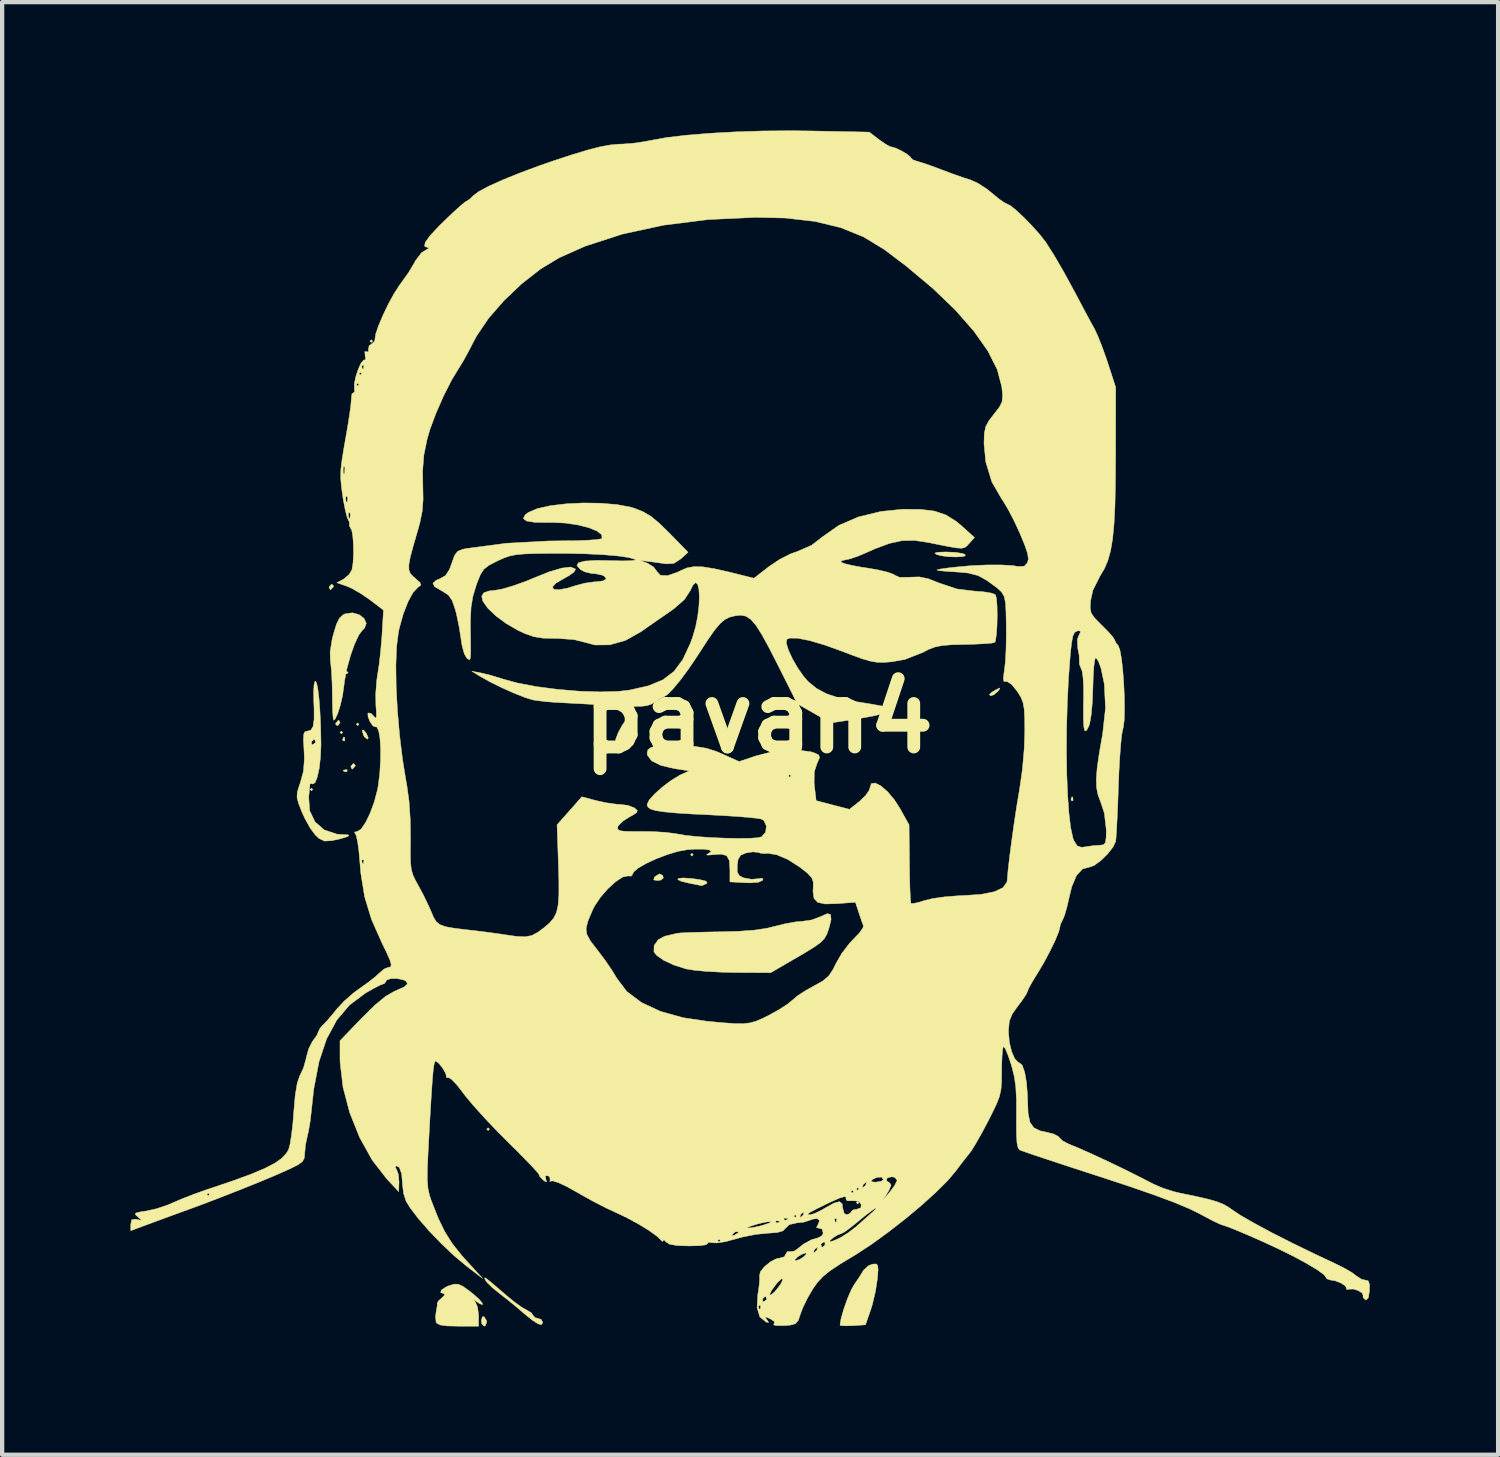
<source format=kicad_pcb>
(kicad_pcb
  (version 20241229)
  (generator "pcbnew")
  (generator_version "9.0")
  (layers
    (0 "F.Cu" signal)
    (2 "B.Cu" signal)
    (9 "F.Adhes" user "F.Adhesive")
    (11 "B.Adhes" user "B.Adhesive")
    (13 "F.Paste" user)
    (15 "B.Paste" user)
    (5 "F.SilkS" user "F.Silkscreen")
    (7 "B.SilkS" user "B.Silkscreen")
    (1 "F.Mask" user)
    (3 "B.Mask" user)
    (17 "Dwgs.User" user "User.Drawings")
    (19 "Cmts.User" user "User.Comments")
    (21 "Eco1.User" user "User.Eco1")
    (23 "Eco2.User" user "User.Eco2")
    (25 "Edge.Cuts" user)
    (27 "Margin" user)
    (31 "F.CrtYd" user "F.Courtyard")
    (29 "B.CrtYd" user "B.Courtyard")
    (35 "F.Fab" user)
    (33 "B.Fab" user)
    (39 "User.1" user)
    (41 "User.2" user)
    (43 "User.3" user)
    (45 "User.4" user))
  (footprint "pavan4"
    (layer "F.Cu")
    (at 14.674 13.716)
    (property "Reference" "pavan4" (at 0 0 0) (layer "F.SilkS") (effects (font (size 1.524 1.524) (thickness 0.3))))
    (attr through_hole)
    (fp_poly (pts (xy -10.414 1.683) (xy -10.446 1.714) (xy -10.477 1.683) (xy -10.446 1.651) (xy -10.414 1.683)) (stroke (width 0.01) (type solid)) (fill yes) (layer "F.SilkS"))
    (fp_poly (pts (xy -9.716 0.349) (xy -9.747 0.381) (xy -9.779 0.349) (xy -9.747 0.318) (xy -9.716 0.349)) (stroke (width 0.01) (type solid)) (fill yes) (layer "F.SilkS"))
    (fp_poly (pts (xy -9.588 -1.048) (xy -9.62 -1.016) (xy -9.652 -1.048) (xy -9.62 -1.079) (xy -9.588 -1.048)) (stroke (width 0.01) (type solid)) (fill yes) (layer "F.SilkS"))
    (fp_poly (pts (xy -9.335 0.159) (xy -9.366 0.191) (xy -9.398 0.159) (xy -9.366 0.127) (xy -9.335 0.159)) (stroke (width 0.01) (type solid)) (fill yes) (layer "F.SilkS"))
    (fp_poly (pts (xy -9.017 -8.795) (xy -9.049 -8.763) (xy -9.081 -8.795) (xy -9.049 -8.826) (xy -9.017 -8.795)) (stroke (width 0.01) (type solid)) (fill yes) (layer "F.SilkS"))
    (fp_poly (pts (xy -6.287 9.62) (xy -6.318 9.652) (xy -6.35 9.62) (xy -6.318 9.588) (xy -6.287 9.62)) (stroke (width 0.01) (type solid)) (fill yes) (layer "F.SilkS"))
    (fp_poly (pts (xy -1.524 3.207) (xy -1.556 3.239) (xy -1.587 3.207) (xy -1.556 3.175) (xy -1.524 3.207)) (stroke (width 0.01) (type solid)) (fill yes) (layer "F.SilkS"))
    (fp_poly (pts (xy 2.349 11.335) (xy 2.318 11.367) (xy 2.286 11.335) (xy 2.318 11.303) (xy 2.349 11.335)) (stroke (width 0.01) (type solid)) (fill yes) (layer "F.SilkS"))
    (fp_poly (pts (xy -9.673 0.466) (xy -9.666 0.541) (xy -9.673 0.55) (xy -9.711 0.542) (xy -9.716 0.508) (xy -9.692 0.456) (xy -9.673 0.466)) (stroke (width 0.01) (type solid)) (fill yes) (layer "F.SilkS"))
    (fp_poly (pts (xy -9.61 1.228) (xy -9.618 1.265) (xy -9.652 1.27) (xy -9.704 1.247) (xy -9.694 1.228) (xy -9.619 1.22) (xy -9.61 1.228)) (stroke (width 0.01) (type solid)) (fill yes) (layer "F.SilkS"))
    (fp_poly (pts (xy 7.345 1.863) (xy 7.352 1.938) (xy 7.345 1.947) (xy 7.307 1.939) (xy 7.303 1.905) (xy 7.326 1.853) (xy 7.345 1.863)) (stroke (width 0.01) (type solid)) (fill yes) (layer "F.SilkS"))
    (fp_poly (pts (xy -9.157 0.384) (xy -9.118 0.478) (xy -9.137 0.508) (xy -9.205 0.457) (xy -9.234 0.404) (xy -9.26 0.297) (xy -9.225 0.295) (xy -9.157 0.384)) (stroke (width 0.01) (type solid)) (fill yes) (layer "F.SilkS"))
    (fp_poly (pts (xy -9.928 -3.073) (xy -9.938 -3.048) (xy -9.995 -2.987) (xy -10.005 -2.985) (xy -10.032 -3.034) (xy -10.033 -3.048) (xy -9.984 -3.109) (xy -9.966 -3.111) (xy -9.928 -3.073)) (stroke (width 0.01) (type solid)) (fill yes) (layer "F.SilkS"))
    (fp_poly (pts (xy -9.78 0.113) (xy -9.779 0.127) (xy -9.828 0.188) (xy -9.846 0.191) (xy -9.884 0.152) (xy -9.874 0.127) (xy -9.817 0.066) (xy -9.807 0.064) (xy -9.78 0.113)) (stroke (width 0.01) (type solid)) (fill yes) (layer "F.SilkS"))
    (fp_poly (pts (xy -9.42 1.118) (xy -9.43 1.143) (xy -9.487 1.204) (xy -9.497 1.206) (xy -9.524 1.157) (xy -9.525 1.143) (xy -9.476 1.082) (xy -9.458 1.079) (xy -9.42 1.118)) (stroke (width 0.01) (type solid)) (fill yes) (layer "F.SilkS"))
    (fp_poly (pts (xy -6.355 14.094) (xy -6.35 14.132) (xy -6.386 14.215) (xy -6.413 14.224) (xy -6.465 14.171) (xy -6.477 14.093) (xy -6.453 14.005) (xy -6.413 14.002) (xy -6.355 14.094)) (stroke (width 0.01) (type solid)) (fill yes) (layer "F.SilkS"))
    (fp_poly (pts (xy -2.239 3.689) (xy -2.223 3.75) (xy -2.276 3.798) (xy -2.357 3.81) (xy -2.449 3.796) (xy -2.431 3.737) (xy -2.414 3.715) (xy -2.316 3.655) (xy -2.239 3.689)) (stroke (width 0.01) (type solid)) (fill yes) (layer "F.SilkS"))
    (fp_poly (pts (xy 5.637 -0.666) (xy 5.596 -0.614) (xy 5.501 -0.531) (xy 5.421 -0.506) (xy 5.397 -0.538) (xy 5.447 -0.586) (xy 5.54 -0.643) (xy 5.637 -0.69) (xy 5.637 -0.666)) (stroke (width 0.01) (type solid)) (fill yes) (layer "F.SilkS"))
    (fp_poly (pts (xy 4.595 -3.859) (xy 4.764 -3.833) (xy 4.826 -3.81) (xy 4.831 -3.776) (xy 4.744 -3.757) (xy 4.598 -3.751) (xy 4.427 -3.758) (xy 4.266 -3.78) (xy 4.159 -3.81) (xy 4.12 -3.842) (xy 4.19 -3.861) (xy 4.378 -3.868) (xy 4.381 -3.868) (xy 4.595 -3.859)) (stroke (width 0.01) (type solid)) (fill yes) (layer "F.SilkS"))
    (fp_poly (pts (xy -1.567 3.762) (xy -1.376 3.788) (xy -1.226 3.825) (xy -1.2 3.867) (xy -1.217 3.882) (xy -1.31 3.926) (xy -1.333 3.929) (xy -1.411 3.914) (xy -1.562 3.884) (xy -1.604 3.876) (xy -1.803 3.828) (xy -1.887 3.788) (xy -1.868 3.761) (xy -1.757 3.75) (xy -1.567 3.762)) (stroke (width 0.01) (type solid)) (fill yes) (layer "F.SilkS"))
    (fp_poly (pts (xy -2.91 0.031) (xy -2.886 0.183) (xy -2.894 0.363) (xy -2.932 0.522) (xy -2.97 0.587) (xy -3.103 0.679) (xy -3.24 0.69) (xy -3.336 0.619) (xy -3.342 0.604) (xy -3.334 0.501) (xy -3.274 0.347) (xy -3.183 0.18) (xy -3.083 0.038) (xy -2.997 -0.042) (xy -2.966 -0.047) (xy -2.91 0.031)) (stroke (width 0.01) (type solid)) (fill yes) (layer "F.SilkS"))
    (fp_poly (pts (xy 2.787 12.804) (xy 2.795 12.907) (xy 2.78 13.107) (xy 2.778 13.123) (xy 2.734 13.41) (xy 2.662 13.715) (xy 2.622 13.843) (xy 2.501 14.192) (xy 2.203 14.212) (xy 2.028 14.217) (xy 1.921 14.208) (xy 1.905 14.199) (xy 1.93 14.045) (xy 1.993 13.825) (xy 2.078 13.586) (xy 2.168 13.375) (xy 2.235 13.256) (xy 2.35 13.087) (xy 2.441 12.94) (xy 2.451 12.922) (xy 2.568 12.811) (xy 2.667 12.774) (xy 2.748 12.769) (xy 2.787 12.804)) (stroke (width 0.01) (type solid)) (fill yes) (layer "F.SilkS"))
    (fp_poly (pts (xy -6.356 13.113) (xy -6.268 13.183) (xy -6.115 13.313) (xy -5.88 13.515) (xy -5.874 13.52) (xy -5.686 13.672) (xy -5.516 13.792) (xy -5.413 13.848) (xy -5.303 13.915) (xy -5.271 13.968) (xy -5.219 14.027) (xy -5.179 14.034) (xy -5.077 14.067) (xy -5.04 14.139) (xy -5.075 14.189) (xy -5.15 14.17) (xy -5.287 14.082) (xy -5.444 13.956) (xy -5.669 13.764) (xy -5.913 13.566) (xy -6.048 13.462) (xy -6.216 13.326) (xy -6.339 13.206) (xy -6.382 13.148) (xy -6.398 13.106) (xy -6.395 13.091) (xy -6.356 13.113)) (stroke (width 0.01) (type solid)) (fill yes) (layer "F.SilkS"))
    (fp_poly (pts (xy -9.332 -2.403) (xy -9.216 -2.314) (xy -9.165 -2.201) (xy -9.204 -2.088) (xy -9.243 -2.053) (xy -9.336 -1.933) (xy -9.437 -1.719) (xy -9.534 -1.446) (xy -9.617 -1.144) (xy -9.674 -0.846) (xy -9.687 -0.736) (xy -9.72 -0.507) (xy -9.773 -0.279) (xy -9.834 -0.087) (xy -9.893 0.036) (xy -9.928 0.064) (xy -9.94 0.005) (xy -9.951 -0.153) (xy -9.957 -0.382) (xy -9.958 -0.524) (xy -9.964 -0.811) (xy -9.977 -1.074) (xy -9.996 -1.268) (xy -10.004 -1.317) (xy -10.01 -1.532) (xy -9.963 -1.825) (xy -9.934 -1.942) (xy -9.861 -2.181) (xy -9.79 -2.324) (xy -9.704 -2.402) (xy -9.659 -2.422) (xy -9.488 -2.446) (xy -9.332 -2.403)) (stroke (width 0.01) (type solid)) (fill yes) (layer "F.SilkS"))
    (fp_poly (pts (xy -7.014 13.243) (xy -6.907 13.293) (xy -6.753 13.404) (xy -6.652 13.484) (xy -6.525 13.599) (xy -6.455 13.684) (xy -6.451 13.723) (xy -6.52 13.695) (xy -6.587 13.649) (xy -6.661 13.596) (xy -6.645 13.623) (xy -6.62 13.652) (xy -6.567 13.772) (xy -6.541 13.951) (xy -6.54 13.983) (xy -6.54 14.224) (xy -7.019 14.224) (xy -7.281 14.218) (xy -7.44 14.195) (xy -7.519 14.153) (xy -7.534 14.129) (xy -7.547 13.995) (xy -7.53 13.875) (xy -7.506 13.745) (xy -7.508 13.687) (xy -7.477 13.632) (xy -7.398 13.562) (xy -7.33 13.491) (xy -7.35 13.464) (xy -7.428 13.437) (xy -7.406 13.376) (xy -7.299 13.306) (xy -7.232 13.278) (xy -7.111 13.242) (xy -7.014 13.243)) (stroke (width 0.01) (type solid)) (fill yes) (layer "F.SilkS"))
    (fp_poly (pts (xy 1.687 4.607) (xy 1.696 4.727) (xy 1.645 4.931) (xy 1.599 5.062) (xy 1.541 5.165) (xy 1.45 5.259) (xy 1.302 5.365) (xy 1.078 5.503) (xy 0.92 5.595) (xy 0.286 5.964) (xy -0.54 5.96) (xy -0.886 5.951) (xy -1.218 5.933) (xy -1.498 5.907) (xy -1.69 5.876) (xy -1.69 5.876) (xy -1.974 5.786) (xy -2.215 5.674) (xy -2.384 5.555) (xy -2.443 5.476) (xy -2.439 5.329) (xy -2.342 5.193) (xy -2.181 5.108) (xy -2.173 5.107) (xy -2.008 5.069) (xy -1.905 5.044) (xy -1.809 5.034) (xy -1.613 5.025) (xy -1.341 5.017) (xy -1.021 5.01) (xy -0.921 5.009) (xy -0.461 4.996) (xy -0.1 4.97) (xy 0.191 4.926) (xy 0.381 4.88) (xy 0.634 4.818) (xy 0.876 4.775) (xy 1.027 4.763) (xy 1.245 4.731) (xy 1.448 4.654) (xy 1.451 4.653) (xy 1.607 4.584) (xy 1.687 4.607)) (stroke (width 0.01) (type solid)) (fill yes) (layer "F.SilkS"))
    (fp_poly (pts (xy -10.328 -0.811) (xy -10.297 -0.665) (xy -10.269 -0.433) (xy -10.247 -0.136) (xy -10.231 0.205) (xy -10.224 0.569) (xy -10.223 0.637) (xy -10.235 0.929) (xy -10.265 1.189) (xy -10.31 1.395) (xy -10.363 1.525) (xy -10.42 1.556) (xy -10.434 1.546) (xy -10.478 1.546) (xy -10.481 1.561) (xy -10.49 1.658) (xy -10.506 1.823) (xy -10.51 1.857) (xy -10.488 2.177) (xy -10.362 2.44) (xy -10.146 2.628) (xy -9.856 2.725) (xy -9.737 2.735) (xy -9.595 2.742) (xy -9.569 2.763) (xy -9.62 2.789) (xy -9.771 2.835) (xy -9.962 2.877) (xy -9.97 2.878) (xy -10.14 2.888) (xy -10.268 2.828) (xy -10.356 2.745) (xy -10.472 2.589) (xy -10.595 2.37) (xy -10.67 2.206) (xy -10.75 2.001) (xy -10.784 1.863) (xy -10.775 1.739) (xy -10.726 1.579) (xy -10.704 1.518) (xy -10.632 1.25) (xy -10.611 0.962) (xy -10.62 0.757) (xy -10.63 0.572) (xy -10.446 0.572) (xy -10.441 0.63) (xy -10.418 0.635) (xy -10.353 0.589) (xy -10.351 0.572) (xy -10.372 0.51) (xy -10.379 0.508) (xy -10.433 0.552) (xy -10.446 0.572) (xy -10.63 0.572) (xy -10.633 0.525) (xy -10.627 0.392) (xy -10.598 0.332) (xy -10.54 0.318) (xy -10.54 0.318) (xy -10.458 0.293) (xy -10.407 0.207) (xy -10.384 0.041) (xy -10.385 -0.224) (xy -10.391 -0.366) (xy -10.396 -0.593) (xy -10.385 -0.766) (xy -10.362 -0.85) (xy -10.36 -0.851) (xy -10.328 -0.811)) (stroke (width 0.01) (type solid)) (fill yes) (layer "F.SilkS"))
    (fp_poly (pts (xy -3.687 -5.007) (xy -3.309 -4.975) (xy -2.988 -4.916) (xy -2.899 -4.889) (xy -2.693 -4.807) (xy -2.51 -4.698) (xy -2.316 -4.538) (xy -2.086 -4.313) (xy -1.645 -3.861) (xy -1.808 -3.711) (xy -1.979 -3.6) (xy -2.16 -3.59) (xy -2.369 -3.62) (xy -2.556 -3.645) (xy -2.762 -3.671) (xy -2.588 -3.601) (xy -2.449 -3.514) (xy -2.377 -3.417) (xy -2.29 -3.322) (xy -2.124 -3.315) (xy -1.892 -3.395) (xy -1.825 -3.429) (xy -1.672 -3.495) (xy -1.506 -3.525) (xy -1.302 -3.52) (xy -1.033 -3.477) (xy -0.674 -3.396) (xy -0.577 -3.372) (xy -0.107 -3.254) (xy 0.248 -3.528) (xy 0.497 -3.695) (xy 0.753 -3.825) (xy 0.903 -3.877) (xy 1.238 -4.023) (xy 1.506 -4.228) (xy 1.875 -4.488) (xy 2.335 -4.686) (xy 2.865 -4.815) (xy 3.362 -4.865) (xy 3.783 -4.864) (xy 4.113 -4.823) (xy 4.383 -4.732) (xy 4.623 -4.581) (xy 4.75 -4.475) (xy 5.048 -4.205) (xy 4.922 -4.065) (xy 4.869 -4.007) (xy 4.818 -3.97) (xy 4.747 -3.955) (xy 4.632 -3.962) (xy 4.452 -3.992) (xy 4.183 -4.045) (xy 3.969 -4.089) (xy 3.646 -4.137) (xy 3.356 -4.132) (xy 3.06 -4.068) (xy 2.718 -3.94) (xy 2.555 -3.867) (xy 2.334 -3.773) (xy 2.143 -3.707) (xy 2.027 -3.683) (xy 1.937 -3.662) (xy 1.931 -3.629) (xy 2.005 -3.597) (xy 2.174 -3.556) (xy 2.41 -3.512) (xy 2.538 -3.493) (xy 2.799 -3.448) (xy 3.015 -3.396) (xy 3.152 -3.347) (xy 3.18 -3.328) (xy 3.296 -3.275) (xy 3.519 -3.276) (xy 3.545 -3.279) (xy 3.758 -3.285) (xy 3.965 -3.243) (xy 4.223 -3.142) (xy 4.223 -3.142) (xy 4.638 -3.003) (xy 5.038 -2.954) (xy 5.266 -2.936) (xy 5.446 -2.906) (xy 5.537 -2.871) (xy 5.561 -2.784) (xy 5.575 -2.609) (xy 5.579 -2.384) (xy 5.574 -2.148) (xy 5.56 -1.938) (xy 5.538 -1.793) (xy 5.521 -1.753) (xy 5.446 -1.737) (xy 5.273 -1.723) (xy 5.029 -1.712) (xy 4.822 -1.707) (xy 4.511 -1.699) (xy 4.29 -1.681) (xy 4.124 -1.647) (xy 3.977 -1.591) (xy 3.842 -1.52) (xy 3.425 -1.357) (xy 3.111 -1.301) (xy 2.93 -1.287) (xy 2.776 -1.289) (xy 2.619 -1.315) (xy 2.427 -1.371) (xy 2.169 -1.465) (xy 1.96 -1.545) (xy 1.542 -1.695) (xy 1.188 -1.799) (xy 0.912 -1.853) (xy 0.727 -1.854) (xy 0.661 -1.825) (xy 0.651 -1.734) (xy 0.701 -1.571) (xy 0.796 -1.367) (xy 0.921 -1.151) (xy 1.06 -0.954) (xy 1.162 -0.838) (xy 1.357 -0.679) (xy 1.593 -0.553) (xy 1.892 -0.453) (xy 2.279 -0.37) (xy 2.594 -0.32) (xy 2.873 -0.27) (xy 3.026 -0.219) (xy 3.055 -0.165) (xy 2.959 -0.107) (xy 2.736 -0.046) (xy 2.388 0.019) (xy 2.334 0.028) (xy 2.071 0.07) (xy 1.86 0.102) (xy 1.728 0.121) (xy 1.699 0.125) (xy 1.64 0.095) (xy 1.5 0.018) (xy 1.309 -0.09) (xy 1.296 -0.098) (xy 0.909 -0.318) (xy 0.45 -1.232) (xy 0.243 -1.637) (xy 0.077 -1.94) (xy -0.059 -2.153) (xy -0.177 -2.291) (xy -0.289 -2.365) (xy -0.405 -2.39) (xy -0.536 -2.378) (xy -0.544 -2.376) (xy -0.674 -2.344) (xy -0.787 -2.288) (xy -0.898 -2.193) (xy -1.025 -2.042) (xy -1.182 -1.817) (xy -1.387 -1.501) (xy -1.412 -1.462) (xy -1.616 -1.158) (xy -1.814 -0.888) (xy -1.993 -0.672) (xy -2.136 -0.529) (xy -2.223 -0.477) (xy -2.292 -0.442) (xy -2.418 -0.363) (xy -2.432 -0.354) (xy -2.514 -0.307) (xy -2.608 -0.276) (xy -2.738 -0.261) (xy -2.929 -0.259) (xy -3.204 -0.27) (xy -3.479 -0.284) (xy -3.837 -0.304) (xy -4.183 -0.323) (xy -4.482 -0.339) (xy -4.695 -0.35) (xy -4.711 -0.351) (xy -4.956 -0.369) (xy -5.184 -0.397) (xy -5.282 -0.413) (xy -5.464 -0.47) (xy -5.718 -0.571) (xy -6.002 -0.698) (xy -6.279 -0.835) (xy -6.509 -0.964) (xy -6.509 -0.964) (xy -6.699 -1.081) (xy -6.477 -1.039) (xy -6.265 -0.988) (xy -6.033 -0.918) (xy -6.001 -0.907) (xy -5.639 -0.807) (xy -5.192 -0.722) (xy -4.695 -0.657) (xy -4.186 -0.614) (xy -3.7 -0.598) (xy -3.273 -0.61) (xy -3.014 -0.64) (xy -2.572 -0.74) (xy -2.233 -0.88) (xy -1.972 -1.079) (xy -1.766 -1.358) (xy -1.591 -1.734) (xy -1.54 -1.873) (xy -1.468 -2.119) (xy -1.419 -2.372) (xy -1.39 -2.615) (xy -1.382 -2.832) (xy -1.393 -3.005) (xy -1.423 -3.117) (xy -1.47 -3.151) (xy -1.533 -3.09) (xy -1.597 -2.959) (xy -1.731 -2.755) (xy -1.979 -2.539) (xy -2.065 -2.478) (xy -2.312 -2.307) (xy -2.57 -2.128) (xy -2.747 -2.003) (xy -3.107 -1.801) (xy -3.474 -1.697) (xy -3.823 -1.694) (xy -4.02 -1.747) (xy -4.312 -1.82) (xy -4.692 -1.848) (xy -4.756 -1.848) (xy -5.036 -1.854) (xy -5.251 -1.888) (xy -5.463 -1.963) (xy -5.621 -2.037) (xy -5.894 -2.194) (xy -6.136 -2.373) (xy -6.326 -2.555) (xy -6.442 -2.72) (xy -6.467 -2.835) (xy -6.419 -2.914) (xy -6.295 -2.957) (xy -6.159 -2.971) (xy -5.973 -3.005) (xy -5.715 -3.082) (xy -5.424 -3.187) (xy -5.278 -3.248) (xy -4.894 -3.402) (xy -4.596 -3.491) (xy -4.391 -3.516) (xy -4.285 -3.475) (xy -4.276 -3.458) (xy -4.314 -3.395) (xy -4.438 -3.307) (xy -4.539 -3.252) (xy -4.733 -3.139) (xy -4.812 -3.052) (xy -4.788 -2.998) (xy -4.669 -2.985) (xy -4.469 -3.021) (xy -4.286 -3.078) (xy -4.057 -3.139) (xy -3.826 -3.171) (xy -3.794 -3.172) (xy -3.628 -3.192) (xy -3.558 -3.239) (xy -3.598 -3.299) (xy -3.656 -3.327) (xy -3.803 -3.359) (xy -3.898 -3.365) (xy -4.062 -3.404) (xy -4.163 -3.46) (xy -4.243 -3.55) (xy -4.208 -3.615) (xy -4.056 -3.655) (xy -3.784 -3.671) (xy -3.439 -3.665) (xy -3.18 -3.659) (xy -2.986 -3.663) (xy -2.881 -3.676) (xy -2.874 -3.691) (xy -3.018 -3.735) (xy -3.271 -3.773) (xy -3.613 -3.803) (xy -4.026 -3.824) (xy -4.491 -3.835) (xy -4.826 -3.835) (xy -5.193 -3.831) (xy -5.461 -3.822) (xy -5.657 -3.805) (xy -5.809 -3.775) (xy -5.944 -3.729) (xy -6.091 -3.663) (xy -6.101 -3.658) (xy -6.295 -3.558) (xy -6.416 -3.465) (xy -6.499 -3.337) (xy -6.58 -3.135) (xy -6.597 -3.086) (xy -6.673 -2.832) (xy -6.716 -2.579) (xy -6.731 -2.275) (xy -6.731 -2.088) (xy -6.727 -1.762) (xy -6.726 -1.544) (xy -6.73 -1.415) (xy -6.743 -1.357) (xy -6.766 -1.351) (xy -6.803 -1.377) (xy -6.819 -1.391) (xy -6.875 -1.491) (xy -6.925 -1.673) (xy -6.95 -1.828) (xy -6.993 -2.108) (xy -7.054 -2.402) (xy -7.085 -2.522) (xy -7.157 -2.732) (xy -7.245 -2.86) (xy -7.38 -2.949) (xy -7.399 -2.958) (xy -7.565 -3.055) (xy -7.608 -3.136) (xy -7.529 -3.208) (xy -7.44 -3.244) (xy -7.311 -3.319) (xy -7.22 -3.459) (xy -7.167 -3.606) (xy -7.102 -3.788) (xy -7.028 -3.884) (xy -6.91 -3.931) (xy -6.823 -3.948) (xy -5.891 -4.071) (xy -4.917 -4.124) (xy -4.588 -4.128) (xy -4.264 -4.131) (xy -3.986 -4.142) (xy -3.78 -4.157) (xy -3.668 -4.176) (xy -3.656 -4.184) (xy -3.663 -4.271) (xy -3.774 -4.357) (xy -3.968 -4.436) (xy -4.222 -4.5) (xy -4.514 -4.543) (xy -4.822 -4.558) (xy -4.911 -4.557) (xy -5.222 -4.559) (xy -5.418 -4.591) (xy -5.495 -4.65) (xy -5.451 -4.736) (xy -5.377 -4.792) (xy -5.168 -4.881) (xy -4.864 -4.949) (xy -4.495 -4.993) (xy -4.093 -5.013) (xy -3.687 -5.007)) (stroke (width 0.01) (type solid)) (fill yes) (layer "F.SilkS"))
    (fp_poly (pts (xy 1.215 -13.706) (xy 2.589 -13.679) (xy 2.814 -13.507) (xy 2.963 -13.402) (xy 3.073 -13.341) (xy 3.098 -13.335) (xy 3.202 -13.307) (xy 3.344 -13.24) (xy 3.477 -13.161) (xy 3.552 -13.096) (xy 3.556 -13.084) (xy 3.61 -13.032) (xy 3.699 -13) (xy 3.827 -12.962) (xy 4.032 -12.892) (xy 4.269 -12.804) (xy 4.286 -12.797) (xy 4.54 -12.702) (xy 4.779 -12.618) (xy 4.952 -12.563) (xy 4.953 -12.563) (xy 5.126 -12.485) (xy 5.332 -12.352) (xy 5.459 -12.251) (xy 5.621 -12.117) (xy 5.751 -12.027) (xy 5.808 -12.001) (xy 5.894 -11.957) (xy 6.038 -11.839) (xy 6.216 -11.671) (xy 6.404 -11.477) (xy 6.578 -11.281) (xy 6.714 -11.106) (xy 6.72 -11.097) (xy 6.902 -10.811) (xy 7.131 -10.417) (xy 7.407 -9.911) (xy 7.544 -9.652) (xy 7.667 -9.42) (xy 7.788 -9.196) (xy 7.852 -9.081) (xy 7.928 -8.919) (xy 8.024 -8.678) (xy 8.124 -8.4) (xy 8.162 -8.287) (xy 8.348 -7.715) (xy 8.346 -6.096) (xy 8.341 -5.463) (xy 8.33 -4.941) (xy 8.308 -4.516) (xy 8.275 -4.173) (xy 8.228 -3.896) (xy 8.166 -3.671) (xy 8.087 -3.483) (xy 7.987 -3.315) (xy 7.982 -3.307) (xy 7.814 -2.971) (xy 7.761 -2.73) (xy 7.751 -2.562) (xy 7.774 -2.443) (xy 7.85 -2.33) (xy 7.997 -2.18) (xy 8.025 -2.153) (xy 8.177 -2) (xy 8.283 -1.879) (xy 8.318 -1.821) (xy 8.358 -1.737) (xy 8.405 -1.682) (xy 8.445 -1.582) (xy 8.481 -1.384) (xy 8.512 -1.117) (xy 8.535 -0.811) (xy 8.55 -0.493) (xy 8.554 -0.194) (xy 8.547 0.058) (xy 8.525 0.234) (xy 8.515 0.271) (xy 8.491 0.39) (xy 8.467 0.612) (xy 8.444 0.912) (xy 8.424 1.267) (xy 8.411 1.604) (xy 8.398 1.984) (xy 8.383 2.326) (xy 8.369 2.609) (xy 8.356 2.809) (xy 8.347 2.898) (xy 8.281 3.034) (xy 8.153 3.195) (xy 7.996 3.348) (xy 7.845 3.458) (xy 7.748 3.493) (xy 7.572 3.541) (xy 7.432 3.691) (xy 7.322 3.952) (xy 7.263 4.191) (xy 7.209 4.427) (xy 7.155 4.616) (xy 7.112 4.721) (xy 7.107 4.728) (xy 7.053 4.842) (xy 7.048 4.88) (xy 7.017 5.006) (xy 6.934 5.209) (xy 6.812 5.461) (xy 6.668 5.731) (xy 6.514 5.989) (xy 6.504 6.004) (xy 6.391 6.19) (xy 6.312 6.335) (xy 6.287 6.402) (xy 6.25 6.479) (xy 6.155 6.62) (xy 6.065 6.738) (xy 5.93 6.928) (xy 5.863 7.093) (xy 5.843 7.299) (xy 5.843 7.353) (xy 5.862 7.586) (xy 5.915 7.804) (xy 5.988 7.973) (xy 6.069 8.06) (xy 6.091 8.065) (xy 6.161 8.124) (xy 6.22 8.287) (xy 6.263 8.531) (xy 6.286 8.831) (xy 6.289 8.947) (xy 6.301 9.254) (xy 6.345 9.46) (xy 6.433 9.587) (xy 6.581 9.659) (xy 6.726 9.69) (xy 6.899 9.734) (xy 7.01 9.792) (xy 7.027 9.814) (xy 7.103 9.89) (xy 7.247 9.966) (xy 7.259 9.971) (xy 7.5 10.07) (xy 7.821 10.214) (xy 8.192 10.386) (xy 8.58 10.573) (xy 8.953 10.76) (xy 9.23 10.903) (xy 9.453 10.999) (xy 9.72 11.083) (xy 9.842 11.112) (xy 10.227 11.191) (xy 10.509 11.256) (xy 10.714 11.315) (xy 10.864 11.375) (xy 10.983 11.443) (xy 11.043 11.486) (xy 11.255 11.628) (xy 11.57 11.81) (xy 11.974 12.028) (xy 12.455 12.272) (xy 12.997 12.536) (xy 13.469 12.758) (xy 13.688 12.867) (xy 13.867 12.97) (xy 13.967 13.046) (xy 13.969 13.048) (xy 14.096 13.13) (xy 14.171 13.145) (xy 14.25 13.165) (xy 14.28 13.251) (xy 14.278 13.392) (xy 14.253 13.559) (xy 14.201 13.612) (xy 14.181 13.607) (xy 14.125 13.549) (xy 14.131 13.522) (xy 14.113 13.456) (xy 14.018 13.393) (xy 13.894 13.355) (xy 13.803 13.361) (xy 13.739 13.366) (xy 13.742 13.344) (xy 13.717 13.285) (xy 13.613 13.217) (xy 13.475 13.163) (xy 13.364 13.145) (xy 13.281 13.117) (xy 13.271 13.096) (xy 13.216 13.022) (xy 13.059 12.907) (xy 12.816 12.761) (xy 12.505 12.593) (xy 12.139 12.412) (xy 11.789 12.25) (xy 11.486 12.116) (xy 11.222 12.004) (xy 11.019 11.921) (xy 10.9 11.879) (xy 10.882 11.875) (xy 10.798 11.846) (xy 10.632 11.768) (xy 10.415 11.655) (xy 10.311 11.598) (xy 10.059 11.475) (xy 9.709 11.329) (xy 9.254 11.16) (xy 8.69 10.964) (xy 8.008 10.739) (xy 8.001 10.737) (xy 7.542 10.588) (xy 7.12 10.45) (xy 6.751 10.328) (xy 6.45 10.228) (xy 6.234 10.154) (xy 6.118 10.112) (xy 6.104 10.107) (xy 6.066 10.056) (xy 6.041 9.941) (xy 6.029 9.742) (xy 6.027 9.441) (xy 6.028 9.301) (xy 6.028 8.926) (xy 6.013 8.639) (xy 5.98 8.4) (xy 5.924 8.173) (xy 5.906 8.112) (xy 5.835 7.901) (xy 5.772 7.748) (xy 5.73 7.684) (xy 5.728 7.684) (xy 5.708 7.742) (xy 5.693 7.899) (xy 5.684 8.127) (xy 5.683 8.249) (xy 5.681 8.502) (xy 5.667 8.692) (xy 5.631 8.857) (xy 5.562 9.035) (xy 5.451 9.265) (xy 5.367 9.431) (xy 5.225 9.699) (xy 5.091 9.935) (xy 4.984 10.111) (xy 4.932 10.183) (xy 4.825 10.315) (xy 4.686 10.497) (xy 4.613 10.595) (xy 4.423 10.821) (xy 4.147 11.096) (xy 3.809 11.401) (xy 3.432 11.716) (xy 3.037 12.024) (xy 2.649 12.306) (xy 2.289 12.542) (xy 2.215 12.587) (xy 1.899 12.778) (xy 1.671 12.93) (xy 1.507 13.063) (xy 1.383 13.196) (xy 1.276 13.345) (xy 1.143 13.572) (xy 1.031 13.805) (xy 0.983 13.934) (xy 0.931 14.089) (xy 0.865 14.167) (xy 0.745 14.199) (xy 0.597 14.21) (xy 0.435 14.211) (xy 0.355 14.195) (xy 0.36 14.177) (xy 0.377 14.12) (xy 0.276 14.052) (xy 0.171 14.008) (xy 0.162 14.027) (xy 0.195 14.07) (xy 0.238 14.137) (xy 0.186 14.13) (xy 0.177 14.127) (xy 0.032 14.007) (xy -0.033 13.793) (xy -0.032 13.78) (xy 0 13.78) (xy 0.023 13.832) (xy 0.042 13.822) (xy 0.05 13.746) (xy 0.042 13.737) (xy 0.005 13.746) (xy 0 13.78) (xy -0.032 13.78) (xy -0.022 13.589) (xy 0.095 13.589) (xy 0.1 13.648) (xy 0.123 13.652) (xy 0.188 13.606) (xy 0.191 13.589) (xy 0.169 13.527) (xy 0.162 13.525) (xy 0.108 13.57) (xy 0.095 13.589) (xy -0.022 13.589) (xy -0.016 13.49) (xy -0.015 13.479) (xy 0.263 13.479) (xy 0.282 13.5) (xy 0.365 13.433) (xy 0.415 13.379) (xy 0.518 13.243) (xy 0.57 13.137) (xy 0.571 13.125) (xy 0.537 13.119) (xy 0.452 13.197) (xy 0.415 13.24) (xy 0.307 13.387) (xy 0.263 13.479) (xy -0.015 13.479) (xy -0.011 13.461) (xy 0.018 13.258) (xy 0.029 13.102) (xy 0.023 13.049) (xy 0.045 12.951) (xy 0.144 12.829) (xy 0.283 12.717) (xy 0.373 12.672) (xy 0.848 12.672) (xy 0.861 12.698) (xy 0.96 12.664) (xy 1.051 12.607) (xy 1.121 12.537) (xy 1.108 12.512) (xy 1.008 12.545) (xy 0.917 12.603) (xy 0.848 12.672) (xy 0.373 12.672) (xy 0.426 12.646) (xy 0.485 12.636) (xy 0.605 12.602) (xy 0.635 12.543) (xy 0.661 12.505) (xy 1.286 12.505) (xy 1.294 12.509) (xy 1.352 12.465) (xy 1.365 12.446) (xy 1.381 12.387) (xy 1.373 12.383) (xy 1.315 12.427) (xy 1.302 12.446) (xy 1.286 12.505) (xy 0.661 12.505) (xy 0.679 12.478) (xy 0.722 12.483) (xy 0.834 12.471) (xy 0.898 12.428) (xy 1.037 12.319) (xy 1.46 12.319) (xy 1.482 12.381) (xy 1.489 12.383) (xy 1.543 12.338) (xy 1.556 12.319) (xy 1.551 12.26) (xy 1.528 12.255) (xy 1.463 12.302) (xy 1.46 12.319) (xy 1.037 12.319) (xy 1.052 12.306) (xy 1.152 12.252) (xy 1.662 12.252) (xy 1.67 12.253) (xy 1.756 12.228) (xy 1.899 12.163) (xy 1.916 12.154) (xy 2.096 12.042) (xy 2.284 11.897) (xy 2.31 11.874) (xy 2.482 11.721) (xy 2.646 11.576) (xy 2.667 11.558) (xy 2.747 11.48) (xy 2.744 11.462) (xy 2.731 11.468) (xy 2.635 11.533) (xy 2.478 11.653) (xy 2.311 11.791) (xy 2.138 11.93) (xy 1.999 12.029) (xy 1.926 12.065) (xy 1.849 12.092) (xy 1.752 12.152) (xy 1.676 12.215) (xy 1.662 12.252) (xy 1.152 12.252) (xy 1.233 12.207) (xy 1.384 12.161) (xy 1.396 12.16) (xy 1.487 12.107) (xy 1.512 12.049) (xy 1.487 11.955) (xy 1.426 11.938) (xy 1.355 11.92) (xy 1.392 11.848) (xy 1.428 11.755) (xy 1.419 11.748) (xy 1.778 11.748) (xy 1.801 11.8) (xy 1.82 11.79) (xy 1.828 11.714) (xy 1.82 11.705) (xy 1.783 11.714) (xy 1.778 11.748) (xy 1.419 11.748) (xy 1.371 11.708) (xy 1.251 11.726) (xy 1.212 11.745) (xy 1.056 11.794) (xy 0.895 11.811) (xy 0.717 11.852) (xy 0.641 11.927) (xy 0.571 11.997) (xy 0.437 12.036) (xy 0.209 12.052) (xy -0.068 12.08) (xy -0.375 12.141) (xy -0.545 12.188) (xy -0.775 12.25) (xy -0.974 12.279) (xy -1.077 12.275) (xy -1.177 12.264) (xy -1.19 12.294) (xy -1.23 12.323) (xy -1.373 12.342) (xy -1.596 12.349) (xy -1.629 12.349) (xy -1.905 12.339) (xy -2.075 12.31) (xy -2.158 12.258) (xy -2.162 12.253) (xy -2.191 12.224) (xy -0.953 12.224) (xy -0.921 12.255) (xy -0.889 12.224) (xy -0.921 12.192) (xy -0.953 12.224) (xy -2.191 12.224) (xy -2.211 12.204) (xy -2.223 12.224) (xy -2.248 12.246) (xy -2.271 12.22) (xy -2.379 12.116) (xy -2.387 12.111) (xy -0.629 12.111) (xy -0.565 12.097) (xy -0.553 12.093) (xy -0.475 12.042) (xy -0.475 12.014) (xy -0.542 12.021) (xy -0.588 12.057) (xy -0.629 12.111) (xy -2.387 12.111) (xy -2.571 11.979) (xy -2.665 11.922) (xy -0.265 11.922) (xy -0.254 11.932) (xy -0.134 11.919) (xy 0.044 11.881) (xy 0.085 11.87) (xy 0.232 11.822) (xy 0.304 11.785) (xy 0.305 11.778) (xy 0.236 11.779) (xy 0.084 11.81) (xy -0.034 11.84) (xy -0.191 11.889) (xy -0.265 11.922) (xy -2.665 11.922) (xy -2.816 11.83) (xy -2.929 11.769) (xy 0.402 11.769) (xy 0.411 11.806) (xy 0.445 11.811) (xy 0.497 11.788) (xy 0.487 11.769) (xy 0.411 11.761) (xy 0.402 11.769) (xy -2.929 11.769) (xy -3.046 11.705) (xy 0.593 11.705) (xy 0.601 11.743) (xy 0.635 11.748) (xy 0.687 11.724) (xy 0.677 11.705) (xy 0.602 11.698) (xy 0.593 11.705) (xy -3.046 11.705) (xy -3.081 11.686) (xy -3.153 11.652) (xy 0.826 11.652) (xy 0.857 11.684) (xy 0.861 11.68) (xy 0.968 11.68) (xy 0.977 11.684) (xy 1.035 11.639) (xy 1.048 11.62) (xy 1.054 11.597) (xy 1.156 11.597) (xy 1.158 11.616) (xy 1.212 11.62) (xy 1.317 11.588) (xy 1.479 11.509) (xy 1.556 11.463) (xy 1.765 11.348) (xy 1.893 11.314) (xy 1.955 11.363) (xy 1.968 11.462) (xy 2.002 11.589) (xy 2.064 11.62) (xy 2.148 11.586) (xy 2.159 11.557) (xy 2.212 11.506) (xy 2.291 11.493) (xy 2.392 11.46) (xy 2.401 11.382) (xy 2.345 11.302) (xy 2.206 11.292) (xy 2.196 11.293) (xy 2.07 11.294) (xy 2.057 11.271) (xy 2.914 11.271) (xy 3.076 11.081) (xy 3.18 10.939) (xy 3.236 10.828) (xy 3.238 10.811) (xy 3.185 10.746) (xy 3.111 10.732) (xy 3.006 10.762) (xy 2.992 10.826) (xy 3.063 10.874) (xy 3.099 10.925) (xy 3.054 11.041) (xy 3.027 11.086) (xy 2.914 11.271) (xy 2.057 11.271) (xy 2.043 11.245) (xy 2.05 11.221) (xy 2.02 11.194) (xy 1.884 11.234) (xy 1.641 11.343) (xy 1.63 11.349) (xy 1.377 11.473) (xy 1.224 11.552) (xy 1.156 11.597) (xy 1.054 11.597) (xy 1.064 11.561) (xy 1.055 11.557) (xy 0.997 11.602) (xy 0.984 11.62) (xy 0.968 11.68) (xy 0.861 11.68) (xy 0.889 11.652) (xy 0.857 11.62) (xy 0.826 11.652) (xy -3.153 11.652) (xy -3.313 11.577) (xy -3.559 11.463) (xy -3.858 11.309) (xy -4.156 11.144) (xy -4.237 11.096) (xy -4.265 11.081) (xy 2.159 11.081) (xy 2.191 11.113) (xy 2.223 11.081) (xy 2.191 11.049) (xy 2.159 11.081) (xy -4.265 11.081) (xy -4.379 11.017) (xy 2.286 11.017) (xy 2.318 11.049) (xy 2.349 11.017) (xy 2.318 10.986) (xy 2.286 11.017) (xy -4.379 11.017) (xy -4.443 10.981) (xy 2.429 10.981) (xy 2.437 10.986) (xy 2.495 10.941) (xy 2.508 10.922) (xy 2.524 10.863) (xy 2.516 10.858) (xy 2.458 10.903) (xy 2.445 10.922) (xy 2.429 10.981) (xy -4.443 10.981) (xy -4.476 10.963) (xy -4.673 10.87) (xy -4.772 10.839) (xy 2.624 10.839) (xy 2.691 10.856) (xy 2.746 10.858) (xy 2.873 10.838) (xy 2.921 10.795) (xy 2.874 10.739) (xy 2.761 10.749) (xy 2.667 10.795) (xy 2.624 10.839) (xy -4.772 10.839) (xy -4.803 10.829) (xy -4.834 10.832) (xy -4.88 10.841) (xy -4.868 10.811) (xy -4.879 10.736) (xy -4.918 10.71) (xy -4.981 10.711) (xy -4.97 10.782) (xy -4.951 10.854) (xy -5 10.832) (xy -5.038 10.802) (xy -5.114 10.723) (xy -5.122 10.689) (xy -5.157 10.639) (xy -5.268 10.515) (xy -5.443 10.334) (xy -5.665 10.109) (xy -5.856 9.92) (xy -6.137 9.636) (xy -6.41 9.348) (xy -6.65 9.081) (xy -6.835 8.862) (xy -6.899 8.778) (xy -7.041 8.594) (xy -7.16 8.466) (xy -7.236 8.416) (xy -7.245 8.417) (xy -7.291 8.419) (xy -7.29 8.403) (xy -7.309 8.317) (xy -7.378 8.197) (xy -7.464 8.087) (xy -7.537 8.03) (xy -7.554 8.031) (xy -7.571 8.062) (xy -7.587 8.141) (xy -7.604 8.28) (xy -7.622 8.489) (xy -7.642 8.781) (xy -7.666 9.167) (xy -7.693 9.657) (xy -7.722 10.201) (xy -7.737 10.55) (xy -7.739 10.805) (xy -7.724 10.997) (xy -7.69 11.156) (xy -7.649 11.28) (xy -7.488 11.691) (xy -7.331 12.015) (xy -7.157 12.293) (xy -6.942 12.562) (xy -6.849 12.666) (xy -6.445 13.109) (xy -6.826 12.817) (xy -7.106 12.583) (xy -7.403 12.303) (xy -7.691 12.004) (xy -7.946 11.712) (xy -8.143 11.453) (xy -8.233 11.307) (xy -8.292 11.129) (xy -8.318 10.921) (xy -8.318 10.911) (xy -8.338 10.661) (xy -8.394 10.514) (xy -8.46 10.477) (xy -8.489 10.51) (xy -8.459 10.557) (xy -8.416 10.671) (xy -8.4 10.842) (xy -8.4 10.859) (xy -8.406 11.081) (xy -8.687 10.781) (xy -9.028 10.341) (xy -9.321 9.813) (xy -9.553 9.233) (xy -9.709 8.637) (xy -9.777 8.058) (xy -9.779 7.956) (xy -9.779 7.554) (xy -9.27 7.024) (xy -8.967 6.725) (xy -8.718 6.52) (xy -8.51 6.399) (xy -8.477 6.385) (xy -8.277 6.295) (xy -8.199 6.222) (xy -8.239 6.159) (xy -8.292 6.135) (xy -8.443 6.101) (xy -8.59 6.101) (xy -8.686 6.134) (xy -8.7 6.16) (xy -8.744 6.221) (xy -8.758 6.223) (xy -8.839 6.253) (xy -8.995 6.333) (xy -9.191 6.445) (xy -9.191 6.446) (xy -9.557 6.72) (xy -9.856 7.073) (xy -10.092 7.512) (xy -10.27 8.045) (xy -10.392 8.682) (xy -10.446 9.176) (xy -10.474 9.427) (xy -10.514 9.664) (xy -10.541 9.779) (xy -10.586 9.992) (xy -10.604 10.195) (xy -10.605 10.196) (xy -10.614 10.298) (xy -10.656 10.376) (xy -10.757 10.451) (xy -10.94 10.543) (xy -11.065 10.6) (xy -11.345 10.722) (xy -11.71 10.874) (xy -12.126 11.041) (xy -12.557 11.21) (xy -12.97 11.368) (xy -13.303 11.491) (xy -13.517 11.568) (xy -13.797 11.671) (xy -14.088 11.778) (xy -14.145 11.799) (xy -14.668 11.993) (xy -14.668 11.844) (xy -14.647 11.737) (xy -14.557 11.723) (xy -14.526 11.73) (xy -14.427 11.749) (xy -14.441 11.72) (xy -14.503 11.67) (xy -14.564 11.614) (xy -14.548 11.579) (xy -14.437 11.552) (xy -14.313 11.534) (xy -14.064 11.479) (xy -13.794 11.388) (xy -13.684 11.34) (xy -13.475 11.25) (xy -13.203 11.144) (xy -12.89 11.144) (xy -12.859 11.176) (xy -12.827 11.144) (xy -12.859 11.113) (xy -12.89 11.144) (xy -13.203 11.144) (xy -13.195 11.141) (xy -12.893 11.033) (xy -12.795 11.001) (xy -12.273 10.824) (xy -11.86 10.673) (xy -11.543 10.54) (xy -11.308 10.419) (xy -11.143 10.303) (xy -11.033 10.185) (xy -10.98 10.097) (xy -10.946 9.97) (xy -10.911 9.749) (xy -10.879 9.469) (xy -10.86 9.226) (xy -10.825 8.825) (xy -10.778 8.544) (xy -10.72 8.373) (xy -10.711 8.358) (xy -10.632 8.189) (xy -10.573 7.979) (xy -10.566 7.942) (xy -10.51 7.74) (xy -10.424 7.57) (xy -10.406 7.547) (xy -10.319 7.427) (xy -10.287 7.348) (xy -10.245 7.261) (xy -10.174 7.183) (xy -10.069 7.073) (xy -9.93 6.909) (xy -9.856 6.816) (xy -9.682 6.629) (xy -9.46 6.435) (xy -9.318 6.331) (xy -9.119 6.19) (xy -8.948 6.054) (xy -8.864 5.976) (xy -8.747 5.877) (xy -8.658 5.842) (xy -8.598 5.829) (xy -8.582 5.776) (xy -8.613 5.664) (xy -8.698 5.475) (xy -8.795 5.278) (xy -9.042 4.722) (xy -9.204 4.19) (xy -9.294 3.63) (xy -9.313 3.397) (xy -9.316 3.365) (xy -9.271 3.365) (xy -9.248 3.418) (xy -9.229 3.408) (xy -9.221 3.332) (xy -9.229 3.323) (xy -9.266 3.332) (xy -9.271 3.365) (xy -9.316 3.365) (xy -9.337 3.124) (xy -9.368 2.9) (xy -9.402 2.754) (xy -9.423 2.716) (xy -9.439 2.677) (xy -9.381 2.668) (xy -9.288 2.61) (xy -9.181 2.455) (xy -9.072 2.23) (xy -8.975 1.964) (xy -8.902 1.684) (xy -8.886 1.598) (xy -8.85 1.306) (xy -8.832 1.007) (xy -8.83 0.726) (xy -8.845 0.485) (xy -8.875 0.309) (xy -8.919 0.221) (xy -8.951 0.221) (xy -9.01 0.196) (xy -9.076 0.101) (xy -9.124 -0.015) (xy -9.127 -0.1) (xy -9.122 -0.106) (xy -9.057 -0.097) (xy -8.994 -0.034) (xy -8.948 0.016) (xy -8.928 -0.013) (xy -8.929 -0.138) (xy -8.94 -0.279) (xy -8.944 -0.563) (xy -8.92 -0.872) (xy -8.9 -1.003) (xy -8.867 -1.219) (xy -8.473 -1.219) (xy -8.466 -0.713) (xy -8.437 -0.161) (xy -8.387 0.411) (xy -8.318 0.978) (xy -8.231 1.513) (xy -8.215 1.598) (xy -8.166 1.952) (xy -8.137 2.384) (xy -8.131 2.836) (xy -8.135 3.16) (xy -8.13 3.388) (xy -8.112 3.551) (xy -8.075 3.68) (xy -8.016 3.806) (xy -7.961 3.904) (xy -7.827 4.154) (xy -7.697 4.425) (xy -7.648 4.538) (xy -7.589 4.676) (xy -7.528 4.774) (xy -7.443 4.841) (xy -7.311 4.889) (xy -7.11 4.925) (xy -6.816 4.961) (xy -6.636 4.981) (xy -6.359 5.015) (xy -6.072 5.054) (xy -5.937 5.075) (xy -5.65 5.116) (xy -5.448 5.125) (xy -5.295 5.094) (xy -5.152 5.017) (xy -5.028 4.924) (xy -4.028 4.924) (xy -4.011 5.069) (xy -3.926 5.224) (xy -3.766 5.431) (xy -3.766 5.432) (xy -3.59 5.664) (xy -3.425 5.905) (xy -3.309 6.097) (xy -3.077 6.403) (xy -2.734 6.661) (xy -2.292 6.867) (xy -1.759 7.016) (xy -1.206 7.098) (xy -0.832 7.133) (xy -0.556 7.153) (xy -0.352 7.155) (xy -0.193 7.136) (xy -0.051 7.095) (xy 0.102 7.029) (xy 0.238 6.961) (xy 0.467 6.835) (xy 0.664 6.709) (xy 0.789 6.609) (xy 0.794 6.604) (xy 0.918 6.5) (xy 1.112 6.375) (xy 1.287 6.278) (xy 1.504 6.157) (xy 1.643 6.038) (xy 1.747 5.88) (xy 1.804 5.761) (xy 1.944 5.517) (xy 2.128 5.276) (xy 2.217 5.183) (xy 2.356 5.038) (xy 2.44 4.919) (xy 2.452 4.866) (xy 2.413 4.762) (xy 2.357 4.596) (xy 2.344 4.556) (xy 2.266 4.318) (xy 1.84 4.35) (xy 1.562 4.358) (xy 1.387 4.322) (xy 1.298 4.229) (xy 1.274 4.066) (xy 1.279 3.972) (xy 1.28 3.843) (xy 1.243 3.743) (xy 1.145 3.638) (xy 0.964 3.495) (xy 0.963 3.495) (xy 0.69 3.32) (xy 0.43 3.209) (xy 0.214 3.173) (xy 0.156 3.181) (xy 0.049 3.171) (xy 0 3.154) (xy -0.127 3.14) (xy -0.286 3.164) (xy -0.417 3.219) (xy -0.477 3.32) (xy -0.496 3.449) (xy -0.496 3.612) (xy -0.445 3.699) (xy -0.349 3.747) (xy -0.161 3.781) (xy -0.018 3.769) (xy 0.094 3.754) (xy 0.104 3.795) (xy 0.099 3.804) (xy 0.001 3.85) (xy -0.205 3.865) (xy -0.308 3.861) (xy -0.667 3.842) (xy -0.667 3.556) (xy -0.682 3.341) (xy -0.744 3.228) (xy -0.878 3.193) (xy -1.048 3.206) (xy -1.189 3.217) (xy -1.211 3.202) (xy -1.179 3.186) (xy -1.105 3.134) (xy -1.142 3.097) (xy -1.276 3.077) (xy -1.49 3.077) (xy -1.666 3.09) (xy -1.883 3.129) (xy -2.133 3.205) (xy -2.39 3.303) (xy -2.625 3.412) (xy -2.812 3.52) (xy -2.922 3.614) (xy -2.939 3.662) (xy -2.976 3.708) (xy -3.045 3.702) (xy -3.169 3.727) (xy -3.335 3.835) (xy -3.518 4.001) (xy -3.693 4.202) (xy -3.833 4.412) (xy -3.876 4.498) (xy -3.982 4.748) (xy -4.028 4.924) (xy -5.028 4.924) (xy -5.016 4.916) (xy -4.883 4.802) (xy -4.785 4.688) (xy -4.72 4.555) (xy -4.681 4.38) (xy -4.664 4.141) (xy -4.664 3.818) (xy -4.676 3.397) (xy -4.707 2.508) (xy -4.417 2.181) (xy -4.128 1.853) (xy -3.794 1.942) (xy -3.555 1.994) (xy -3.325 2.026) (xy -3.235 2.031) (xy -3.047 2.055) (xy -2.9 2.112) (xy -2.893 2.117) (xy -2.831 2.174) (xy -2.847 2.224) (xy -2.955 2.293) (xy -3.024 2.329) (xy -3.18 2.431) (xy -3.278 2.534) (xy -3.291 2.564) (xy -3.287 2.615) (xy -3.236 2.646) (xy -3.116 2.661) (xy -2.902 2.664) (xy -2.751 2.663) (xy -2.455 2.667) (xy -2.169 2.685) (xy -1.946 2.713) (xy -1.905 2.721) (xy -1.701 2.755) (xy -1.427 2.784) (xy -1.111 2.806) (xy -0.782 2.82) (xy -0.469 2.826) (xy -0.202 2.823) (xy -0.009 2.809) (xy 0.073 2.789) (xy 0.166 2.682) (xy 0.185 2.538) (xy 0.129 2.412) (xy 0.079 2.377) (xy -0.019 2.358) (xy -0.221 2.336) (xy -0.502 2.313) (xy -0.837 2.292) (xy -1.079 2.279) (xy -1.565 2.255) (xy -1.937 2.231) (xy -2.211 2.205) (xy -2.401 2.176) (xy -2.52 2.14) (xy -2.582 2.096) (xy -2.603 2.041) (xy -2.603 2.031) (xy -2.554 1.93) (xy -2.426 1.787) (xy -2.247 1.627) (xy -2.046 1.475) (xy -1.866 1.365) (xy 0.699 1.365) (xy 0.73 1.397) (xy 0.762 1.365) (xy 0.73 1.333) (xy 0.699 1.365) (xy -1.866 1.365) (xy -1.851 1.356) (xy -1.81 1.336) (xy -1.619 1.248) (xy -1.966 1.194) (xy -2.281 1.12) (xy -2.495 1.014) (xy -2.596 0.881) (xy -2.603 0.831) (xy -2.582 0.751) (xy -2.506 0.698) (xy -2.357 0.667) (xy -2.116 0.657) (xy -1.793 0.661) (xy -1.471 0.678) (xy -1.222 0.718) (xy -0.992 0.79) (xy -0.845 0.853) (xy -0.451 1.03) (xy -0.054 0.896) (xy 0.269 0.814) (xy 0.621 0.77) (xy 0.956 0.766) (xy 1.231 0.803) (xy 1.3 0.825) (xy 1.408 0.875) (xy 1.428 0.938) (xy 1.375 1.061) (xy 1.367 1.077) (xy 1.304 1.271) (xy 1.3 1.523) (xy 1.308 1.605) (xy 1.348 1.943) (xy 1.737 2.045) (xy 2.126 2.146) (xy 2.365 1.957) (xy 2.506 1.82) (xy 2.592 1.692) (xy 2.603 1.646) (xy 2.638 1.544) (xy 2.73 1.532) (xy 2.862 1.6) (xy 3.016 1.733) (xy 3.174 1.921) (xy 3.303 2.121) (xy 3.519 2.508) (xy 3.528 3.414) (xy 3.532 3.739) (xy 3.54 4.017) (xy 3.55 4.223) (xy 3.56 4.335) (xy 3.564 4.347) (xy 3.635 4.345) (xy 3.784 4.308) (xy 3.876 4.278) (xy 4.072 4.231) (xy 4.347 4.192) (xy 4.654 4.167) (xy 4.763 4.163) (xy 5.197 4.134) (xy 5.512 4.072) (xy 5.714 3.977) (xy 5.806 3.846) (xy 5.813 3.801) (xy 5.832 3.572) (xy 5.869 3.252) (xy 5.918 2.873) (xy 5.975 2.468) (xy 6.035 2.07) (xy 6.095 1.713) (xy 6.1 1.683) (xy 6.166 1.226) (xy 6.204 0.797) (xy 7.197 0.797) (xy 7.205 1.331) (xy 7.225 1.819) (xy 7.255 2.24) (xy 7.296 2.579) (xy 7.348 2.816) (xy 7.371 2.879) (xy 7.45 3.003) (xy 7.553 3.034) (xy 7.641 3.022) (xy 7.834 2.994) (xy 7.977 2.985) (xy 8.062 2.975) (xy 8.107 2.926) (xy 8.124 2.807) (xy 8.127 2.619) (xy 8.082 2.233) (xy 7.994 1.968) (xy 7.935 1.811) (xy 7.901 1.641) (xy 7.894 1.436) (xy 7.915 1.174) (xy 7.964 0.833) (xy 8.041 0.39) (xy 8.043 0.381) (xy 8.109 -0.219) (xy 8.082 -0.781) (xy 8.002 -1.159) (xy 7.945 -1.31) (xy 7.89 -1.392) (xy 7.878 -1.397) (xy 7.856 -1.338) (xy 7.836 -1.177) (xy 7.822 -0.941) (xy 7.815 -0.7) (xy 7.802 -0.357) (xy 7.776 -0.067) (xy 7.74 0.14) (xy 7.722 0.196) (xy 7.667 0.303) (xy 7.628 0.315) (xy 7.604 0.226) (xy 7.593 0.028) (xy 7.593 -0.286) (xy 7.597 -0.443) (xy 7.597 -0.715) (xy 7.584 -0.94) (xy 7.562 -1.087) (xy 7.547 -1.122) (xy 7.499 -1.248) (xy 7.498 -1.314) (xy 7.493 -1.459) (xy 7.462 -1.613) (xy 7.451 -1.826) (xy 7.488 -1.92) (xy 7.531 -2.01) (xy 7.487 -2.027) (xy 7.449 -2.021) (xy 7.39 -1.99) (xy 7.348 -1.906) (xy 7.317 -1.747) (xy 7.288 -1.486) (xy 7.286 -1.46) (xy 7.245 -0.914) (xy 7.217 -0.344) (xy 7.201 0.232) (xy 7.197 0.797) (xy 6.204 0.797) (xy 6.209 0.738) (xy 6.224 0.318) (xy 6.221 0.012) (xy 6.209 -0.198) (xy 6.182 -0.348) (xy 6.135 -0.468) (xy 6.06 -0.592) (xy 6.048 -0.609) (xy 5.92 -0.768) (xy 5.815 -0.839) (xy 5.785 -0.839) (xy 5.735 -0.842) (xy 5.722 -0.915) (xy 5.743 -1.083) (xy 5.749 -1.119) (xy 5.77 -1.312) (xy 5.785 -1.591) (xy 5.791 -1.913) (xy 5.79 -2.153) (xy 5.784 -2.465) (xy 5.773 -2.679) (xy 5.742 -2.826) (xy 5.679 -2.934) (xy 5.571 -3.033) (xy 5.405 -3.153) (xy 5.326 -3.209) (xy 5.132 -3.316) (xy 4.904 -3.375) (xy 4.691 -3.396) (xy 4.394 -3.415) (xy 4.221 -3.431) (xy 4.168 -3.447) (xy 4.233 -3.466) (xy 4.412 -3.492) (xy 4.572 -3.511) (xy 4.95 -3.546) (xy 5.328 -3.564) (xy 5.671 -3.565) (xy 5.945 -3.549) (xy 6.076 -3.527) (xy 6.214 -3.536) (xy 6.285 -3.616) (xy 6.307 -3.702) (xy 6.29 -3.827) (xy 6.227 -4.016) (xy 6.113 -4.294) (xy 6.109 -4.303) (xy 5.98 -4.582) (xy 5.844 -4.845) (xy 5.723 -5.05) (xy 5.683 -5.107) (xy 5.453 -5.506) (xy 5.312 -5.969) (xy 5.27 -6.4) (xy 5.277 -6.635) (xy 5.31 -6.796) (xy 5.387 -6.938) (xy 5.5 -7.085) (xy 5.629 -7.251) (xy 5.692 -7.377) (xy 5.706 -7.519) (xy 5.685 -7.731) (xy 5.58 -8.129) (xy 5.361 -8.564) (xy 5.033 -9.029) (xy 4.602 -9.52) (xy 4.072 -10.029) (xy 3.45 -10.55) (xy 2.94 -10.936) (xy 2.46 -11.228) (xy 1.925 -11.446) (xy 1.319 -11.592) (xy 0.63 -11.671) (xy -0.064 -11.687) (xy -1.177 -11.635) (xy -2.217 -11.504) (xy -3.175 -11.297) (xy -4.043 -11.016) (xy -4.656 -10.744) (xy -5.092 -10.48) (xy -5.531 -10.137) (xy -5.946 -9.743) (xy -6.308 -9.327) (xy -6.586 -8.916) (xy -6.646 -8.804) (xy -6.77 -8.565) (xy -6.887 -8.351) (xy -6.975 -8.205) (xy -6.984 -8.191) (xy -7.166 -7.893) (xy -7.356 -7.519) (xy -7.533 -7.117) (xy -7.676 -6.735) (xy -7.742 -6.509) (xy -7.819 -6.132) (xy -7.848 -5.767) (xy -7.843 -5.429) (xy -7.837 -5.093) (xy -7.858 -4.82) (xy -7.913 -4.547) (xy -7.968 -4.35) (xy -8.071 -3.996) (xy -8.138 -3.742) (xy -8.17 -3.566) (xy -8.168 -3.447) (xy -8.134 -3.363) (xy -8.067 -3.292) (xy -8.025 -3.256) (xy -7.911 -3.155) (xy -7.888 -3.097) (xy -7.947 -3.047) (xy -7.958 -3.04) (xy -8.072 -2.92) (xy -8.19 -2.702) (xy -8.302 -2.415) (xy -8.393 -2.088) (xy -8.414 -1.988) (xy -8.456 -1.653) (xy -8.473 -1.219) (xy -8.867 -1.219) (xy -8.864 -1.242) (xy -8.829 -1.549) (xy -8.802 -1.868) (xy -8.797 -1.937) (xy -8.763 -2.508) (xy -9.078 -2.749) (xy -9.289 -2.894) (xy -9.502 -3.016) (xy -9.622 -3.069) (xy -9.852 -3.148) (xy -9.694 -3.233) (xy -9.563 -3.343) (xy -9.499 -3.453) (xy -9.474 -3.615) (xy -9.463 -3.828) (xy -9.466 -4.053) (xy -9.481 -4.251) (xy -9.507 -4.384) (xy -9.526 -4.414) (xy -9.564 -4.487) (xy -9.557 -4.509) (xy -9.565 -4.587) (xy -9.577 -4.597) (xy -9.61 -4.671) (xy -9.627 -4.736) (xy -9.583 -4.736) (xy -9.572 -4.654) (xy -9.55 -4.653) (xy -9.535 -4.738) (xy -9.545 -4.774) (xy -9.573 -4.798) (xy -9.583 -4.736) (xy -9.627 -4.736) (xy -9.654 -4.839) (xy -9.699 -5.071) (xy -9.706 -5.117) (xy -9.647 -5.117) (xy -9.635 -5.035) (xy -9.614 -5.034) (xy -9.598 -5.119) (xy -9.609 -5.155) (xy -9.637 -5.179) (xy -9.647 -5.117) (xy -9.706 -5.117) (xy -9.714 -5.164) (xy -9.747 -5.401) (xy -9.763 -5.598) (xy -9.759 -5.779) (xy -9.705 -5.779) (xy -9.695 -5.688) (xy -9.673 -5.699) (xy -9.665 -5.829) (xy -9.673 -5.858) (xy -9.697 -5.866) (xy -9.705 -5.779) (xy -9.759 -5.779) (xy -9.759 -5.79) (xy -9.733 -6.016) (xy -9.685 -6.311) (xy -9.654 -6.485) (xy -9.599 -6.802) (xy -9.554 -7.089) (xy -9.524 -7.313) (xy -9.514 -7.445) (xy -9.514 -7.447) (xy -9.5 -7.562) (xy -9.463 -7.589) (xy -9.434 -7.612) (xy -9.444 -7.685) (xy -9.443 -7.779) (xy -9.398 -7.779) (xy -9.366 -7.747) (xy -9.335 -7.779) (xy -9.366 -7.811) (xy -9.398 -7.779) (xy -9.443 -7.779) (xy -9.443 -7.805) (xy -9.408 -7.969) (xy -9.387 -8.033) (xy -9.335 -8.033) (xy -9.303 -8.001) (xy -9.271 -8.033) (xy -9.303 -8.065) (xy -9.335 -8.033) (xy -9.387 -8.033) (xy -9.351 -8.141) (xy -9.328 -8.191) (xy -9.271 -8.191) (xy -9.248 -8.139) (xy -9.229 -8.149) (xy -9.221 -8.225) (xy -9.229 -8.234) (xy -9.266 -8.225) (xy -9.271 -8.191) (xy -9.328 -8.191) (xy -9.287 -8.281) (xy -9.228 -8.351) (xy -9.208 -8.351) (xy -9.181 -8.375) (xy -9.192 -8.455) (xy -9.199 -8.551) (xy -9.155 -8.547) (xy -9.107 -8.546) (xy -9.117 -8.593) (xy -9.098 -8.688) (xy -9.049 -8.722) (xy -8.969 -8.795) (xy -8.962 -8.842) (xy -8.944 -8.961) (xy -8.877 -9.158) (xy -8.774 -9.401) (xy -8.651 -9.657) (xy -8.521 -9.896) (xy -8.4 -10.085) (xy -8.392 -10.096) (xy -8.177 -10.396) (xy -8.042 -10.623) (xy -8.02 -10.668) (xy -7.871 -10.864) (xy -7.746 -10.939) (xy -7.698 -10.971) (xy -7.731 -10.98) (xy -7.803 -11.013) (xy -7.787 -11.102) (xy -7.68 -11.252) (xy -7.478 -11.47) (xy -7.339 -11.607) (xy -7.139 -11.798) (xy -6.972 -11.949) (xy -6.859 -12.043) (xy -6.823 -12.065) (xy -6.752 -12.108) (xy -6.669 -12.19) (xy -6.541 -12.287) (xy -6.307 -12.413) (xy -5.982 -12.56) (xy -5.582 -12.722) (xy -5.123 -12.893) (xy -4.841 -12.991) (xy -4.373 -13.145) (xy -4.002 -13.258) (xy -3.706 -13.335) (xy -3.464 -13.379) (xy -3.255 -13.398) (xy -3.188 -13.399) (xy -2.953 -13.415) (xy -2.673 -13.455) (xy -2.508 -13.487) (xy -2.147 -13.552) (xy -1.682 -13.607) (xy -1.135 -13.652) (xy -0.529 -13.685) (xy 0.114 -13.706) (xy 0.771 -13.711) (xy 1.215 -13.706)) (stroke (width 0.01) (type solid)) (fill yes) (layer "F.SilkS")))
  (gr_rect
    (start -3 -3)
    (end 31.958 30.945)
    (stroke (width 0.1) (type default))
    (fill no)
    (layer "Edge.Cuts")))
</source>
